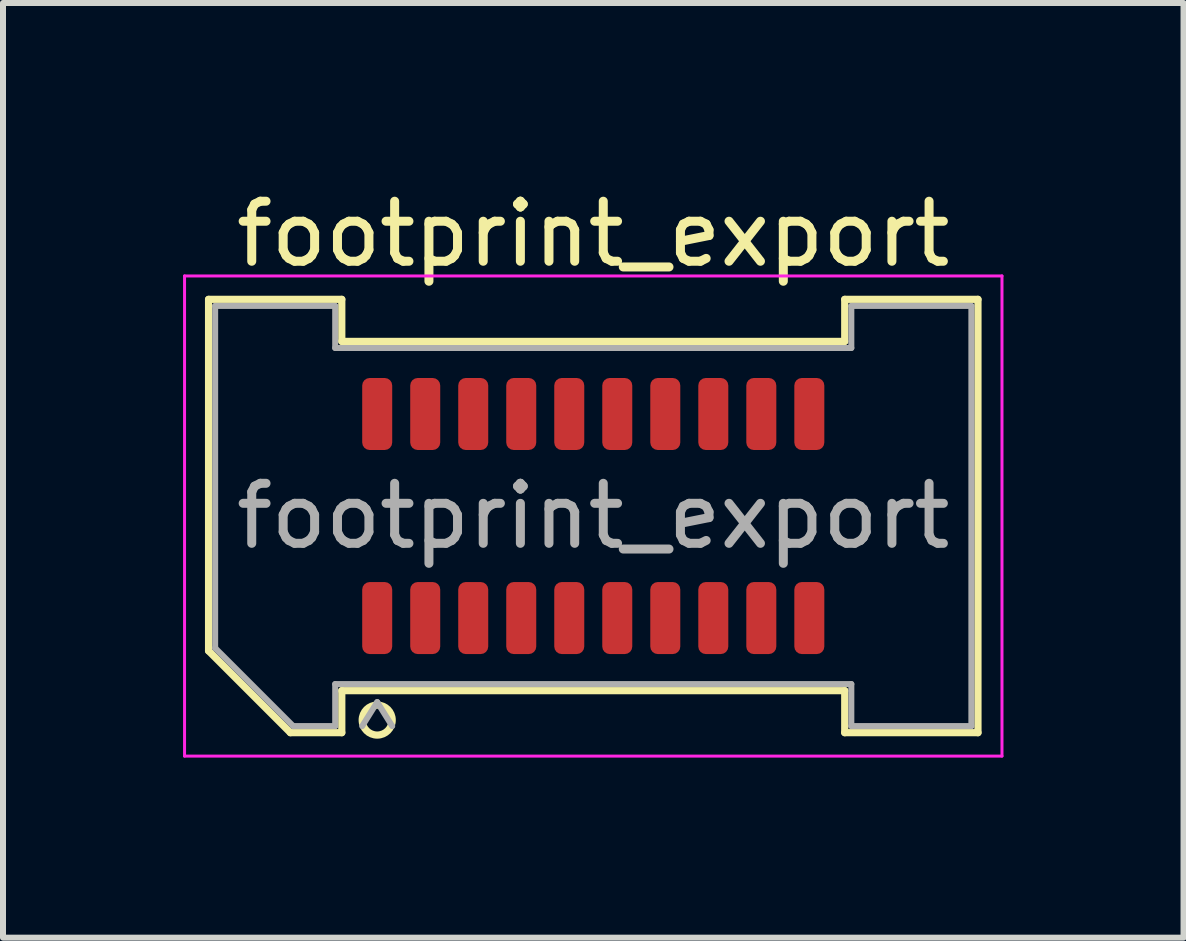
<source format=kicad_pcb>
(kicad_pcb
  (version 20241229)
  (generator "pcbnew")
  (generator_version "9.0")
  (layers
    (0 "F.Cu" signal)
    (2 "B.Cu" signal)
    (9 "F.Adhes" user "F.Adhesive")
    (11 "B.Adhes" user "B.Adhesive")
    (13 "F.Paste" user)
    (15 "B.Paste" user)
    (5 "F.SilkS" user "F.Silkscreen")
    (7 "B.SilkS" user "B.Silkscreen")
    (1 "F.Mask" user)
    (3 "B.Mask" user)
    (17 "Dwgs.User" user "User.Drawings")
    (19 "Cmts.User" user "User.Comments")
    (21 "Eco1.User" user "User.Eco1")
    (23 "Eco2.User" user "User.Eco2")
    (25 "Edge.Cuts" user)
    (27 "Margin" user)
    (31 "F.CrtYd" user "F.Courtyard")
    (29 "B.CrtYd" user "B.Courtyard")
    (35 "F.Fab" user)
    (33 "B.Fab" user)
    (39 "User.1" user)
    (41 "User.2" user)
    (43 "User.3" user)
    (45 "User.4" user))
  (footprint "footprint_export"
    (layer "F.Cu")
    (at 6.835 5.548)
    (property "Reference" "footprint_export" (at 0 -4.7 0) (layer "F.SilkS") (effects (font (size 1 1) (thickness 0.15))))
    (attr smd)
    (fp_line (start -6.41 -3.61) (end -4.19 -3.61) (stroke (width 0.12) (type solid)) (layer "F.SilkS"))
    (fp_line (start -6.41 2.246) (end -6.41 -3.61) (stroke (width 0.12) (type solid)) (layer "F.SilkS"))
    (fp_line (start -5.046 3.61) (end -6.41 2.246) (stroke (width 0.12) (type solid)) (layer "F.SilkS"))
    (fp_line (start -4.19 -3.61) (end -4.19 -2.91) (stroke (width 0.12) (type solid)) (layer "F.SilkS"))
    (fp_line (start -4.19 -2.91) (end 4.19 -2.91) (stroke (width 0.12) (type solid)) (layer "F.SilkS"))
    (fp_line (start -4.19 2.91) (end -4.19 3.61) (stroke (width 0.12) (type solid)) (layer "F.SilkS"))
    (fp_line (start -4.19 3.61) (end -5.046 3.61) (stroke (width 0.12) (type solid)) (layer "F.SilkS"))
    (fp_line (start 4.19 -3.61) (end 6.41 -3.61) (stroke (width 0.12) (type solid)) (layer "F.SilkS"))
    (fp_line (start 4.19 -2.91) (end 4.19 -3.61) (stroke (width 0.12) (type solid)) (layer "F.SilkS"))
    (fp_line (start 4.19 2.91) (end -4.19 2.91) (stroke (width 0.12) (type solid)) (layer "F.SilkS"))
    (fp_line (start 4.19 3.61) (end 4.19 2.91) (stroke (width 0.12) (type solid)) (layer "F.SilkS"))
    (fp_line (start 6.41 -3.61) (end 6.41 3.61) (stroke (width 0.12) (type solid)) (layer "F.SilkS"))
    (fp_line (start 6.41 3.61) (end 4.19 3.61) (stroke (width 0.12) (type solid)) (layer "F.SilkS"))
    (fp_arc (start -3.35 3.4) (mid -3.85 3.4) (end -3.35 3.4) (stroke (width 0.12) (type solid)) (layer "F.SilkS"))
    (fp_line (start -6.81 -4) (end -6.81 4) (stroke (width 0.05) (type solid)) (layer "F.CrtYd"))
    (fp_line (start -6.81 4) (end 6.81 4) (stroke (width 0.05) (type solid)) (layer "F.CrtYd"))
    (fp_line (start 6.81 -4) (end -6.81 -4) (stroke (width 0.05) (type solid)) (layer "F.CrtYd"))
    (fp_line (start 6.81 4) (end 6.81 -4) (stroke (width 0.05) (type solid)) (layer "F.CrtYd"))
    (fp_line (start -6.3 -3.5) (end -4.3 -3.5) (stroke (width 0.1) (type solid)) (layer "F.Fab"))
    (fp_line (start -6.3 2.2) (end -6.3 -3.5) (stroke (width 0.1) (type solid)) (layer "F.Fab"))
    (fp_line (start -5 3.5) (end -6.3 2.2) (stroke (width 0.1) (type solid)) (layer "F.Fab"))
    (fp_line (start -4.3 -3.5) (end -4.3 -2.8) (stroke (width 0.1) (type solid)) (layer "F.Fab"))
    (fp_line (start -4.3 -2.8) (end 4.3 -2.8) (stroke (width 0.1) (type solid)) (layer "F.Fab"))
    (fp_line (start -4.3 2.8) (end -4.3 3.5) (stroke (width 0.1) (type solid)) (layer "F.Fab"))
    (fp_line (start -4.3 3.5) (end -5 3.5) (stroke (width 0.1) (type solid)) (layer "F.Fab"))
    (fp_line (start -3.6 3.1) (end -3.85 3.5) (stroke (width 0.1) (type solid)) (layer "F.Fab"))
    (fp_line (start -3.6 3.1) (end -3.35 3.5) (stroke (width 0.1) (type solid)) (layer "F.Fab"))
    (fp_line (start 4.3 -3.5) (end 6.3 -3.5) (stroke (width 0.1) (type solid)) (layer "F.Fab"))
    (fp_line (start 4.3 -2.8) (end 4.3 -3.5) (stroke (width 0.1) (type solid)) (layer "F.Fab"))
    (fp_line (start 4.3 2.8) (end -4.3 2.8) (stroke (width 0.1) (type solid)) (layer "F.Fab"))
    (fp_line (start 4.3 3.5) (end 4.3 2.8) (stroke (width 0.1) (type solid)) (layer "F.Fab"))
    (fp_line (start 6.3 -3.5) (end 6.3 3.5) (stroke (width 0.1) (type solid)) (layer "F.Fab"))
    (fp_line (start 6.3 3.5) (end 4.3 3.5) (stroke (width 0.1) (type solid)) (layer "F.Fab"))
    (fp_text user "${REFERENCE}" (at 0 0 0) (layer "F.Fab") (effects (font (size 1 1) (thickness 0.15))))
    (pad "1" smd roundrect (at -3.6 1.7) (size 0.5 1.2) (layers "F.Cu" "F.Mask" "F.Paste") (roundrect_rratio 0.25))
    (pad "2" smd roundrect (at -3.6 -1.7) (size 0.5 1.2) (layers "F.Cu" "F.Mask" "F.Paste") (roundrect_rratio 0.25))
    (pad "3" smd roundrect (at -2.8 1.7) (size 0.5 1.2) (layers "F.Cu" "F.Mask" "F.Paste") (roundrect_rratio 0.25))
    (pad "4" smd roundrect (at -2.8 -1.7) (size 0.5 1.2) (layers "F.Cu" "F.Mask" "F.Paste") (roundrect_rratio 0.25))
    (pad "5" smd roundrect (at -2 1.7) (size 0.5 1.2) (layers "F.Cu" "F.Mask" "F.Paste") (roundrect_rratio 0.25))
    (pad "6" smd roundrect (at -2 -1.7) (size 0.5 1.2) (layers "F.Cu" "F.Mask" "F.Paste") (roundrect_rratio 0.25))
    (pad "7" smd roundrect (at -1.2 1.7) (size 0.5 1.2) (layers "F.Cu" "F.Mask" "F.Paste") (roundrect_rratio 0.25))
    (pad "8" smd roundrect (at -1.2 -1.7) (size 0.5 1.2) (layers "F.Cu" "F.Mask" "F.Paste") (roundrect_rratio 0.25))
    (pad "9" smd roundrect (at -0.4 1.7) (size 0.5 1.2) (layers "F.Cu" "F.Mask" "F.Paste") (roundrect_rratio 0.25))
    (pad "10" smd roundrect (at -0.4 -1.7) (size 0.5 1.2) (layers "F.Cu" "F.Mask" "F.Paste") (roundrect_rratio 0.25))
    (pad "11" smd roundrect (at 0.4 1.7) (size 0.5 1.2) (layers "F.Cu" "F.Mask" "F.Paste") (roundrect_rratio 0.25))
    (pad "12" smd roundrect (at 0.4 -1.7) (size 0.5 1.2) (layers "F.Cu" "F.Mask" "F.Paste") (roundrect_rratio 0.25))
    (pad "13" smd roundrect (at 1.2 1.7) (size 0.5 1.2) (layers "F.Cu" "F.Mask" "F.Paste") (roundrect_rratio 0.25))
    (pad "14" smd roundrect (at 1.2 -1.7) (size 0.5 1.2) (layers "F.Cu" "F.Mask" "F.Paste") (roundrect_rratio 0.25))
    (pad "15" smd roundrect (at 2 1.7) (size 0.5 1.2) (layers "F.Cu" "F.Mask" "F.Paste") (roundrect_rratio 0.25))
    (pad "16" smd roundrect (at 2 -1.7) (size 0.5 1.2) (layers "F.Cu" "F.Mask" "F.Paste") (roundrect_rratio 0.25))
    (pad "17" smd roundrect (at 2.8 1.7) (size 0.5 1.2) (layers "F.Cu" "F.Mask" "F.Paste") (roundrect_rratio 0.25))
    (pad "18" smd roundrect (at 2.8 -1.7) (size 0.5 1.2) (layers "F.Cu" "F.Mask" "F.Paste") (roundrect_rratio 0.25))
    (pad "19" smd roundrect (at 3.6 1.7) (size 0.5 1.2) (layers "F.Cu" "F.Mask" "F.Paste") (roundrect_rratio 0.25))
    (pad "20" smd roundrect (at 3.6 -1.7) (size 0.5 1.2) (layers "F.Cu" "F.Mask" "F.Paste") (roundrect_rratio 0.25)))
  (gr_rect
    (start -3 -3)
    (end 16.67 12.573)
    (stroke (width 0.1) (type default))
    (fill no)
    (layer "Edge.Cuts")))
</source>
